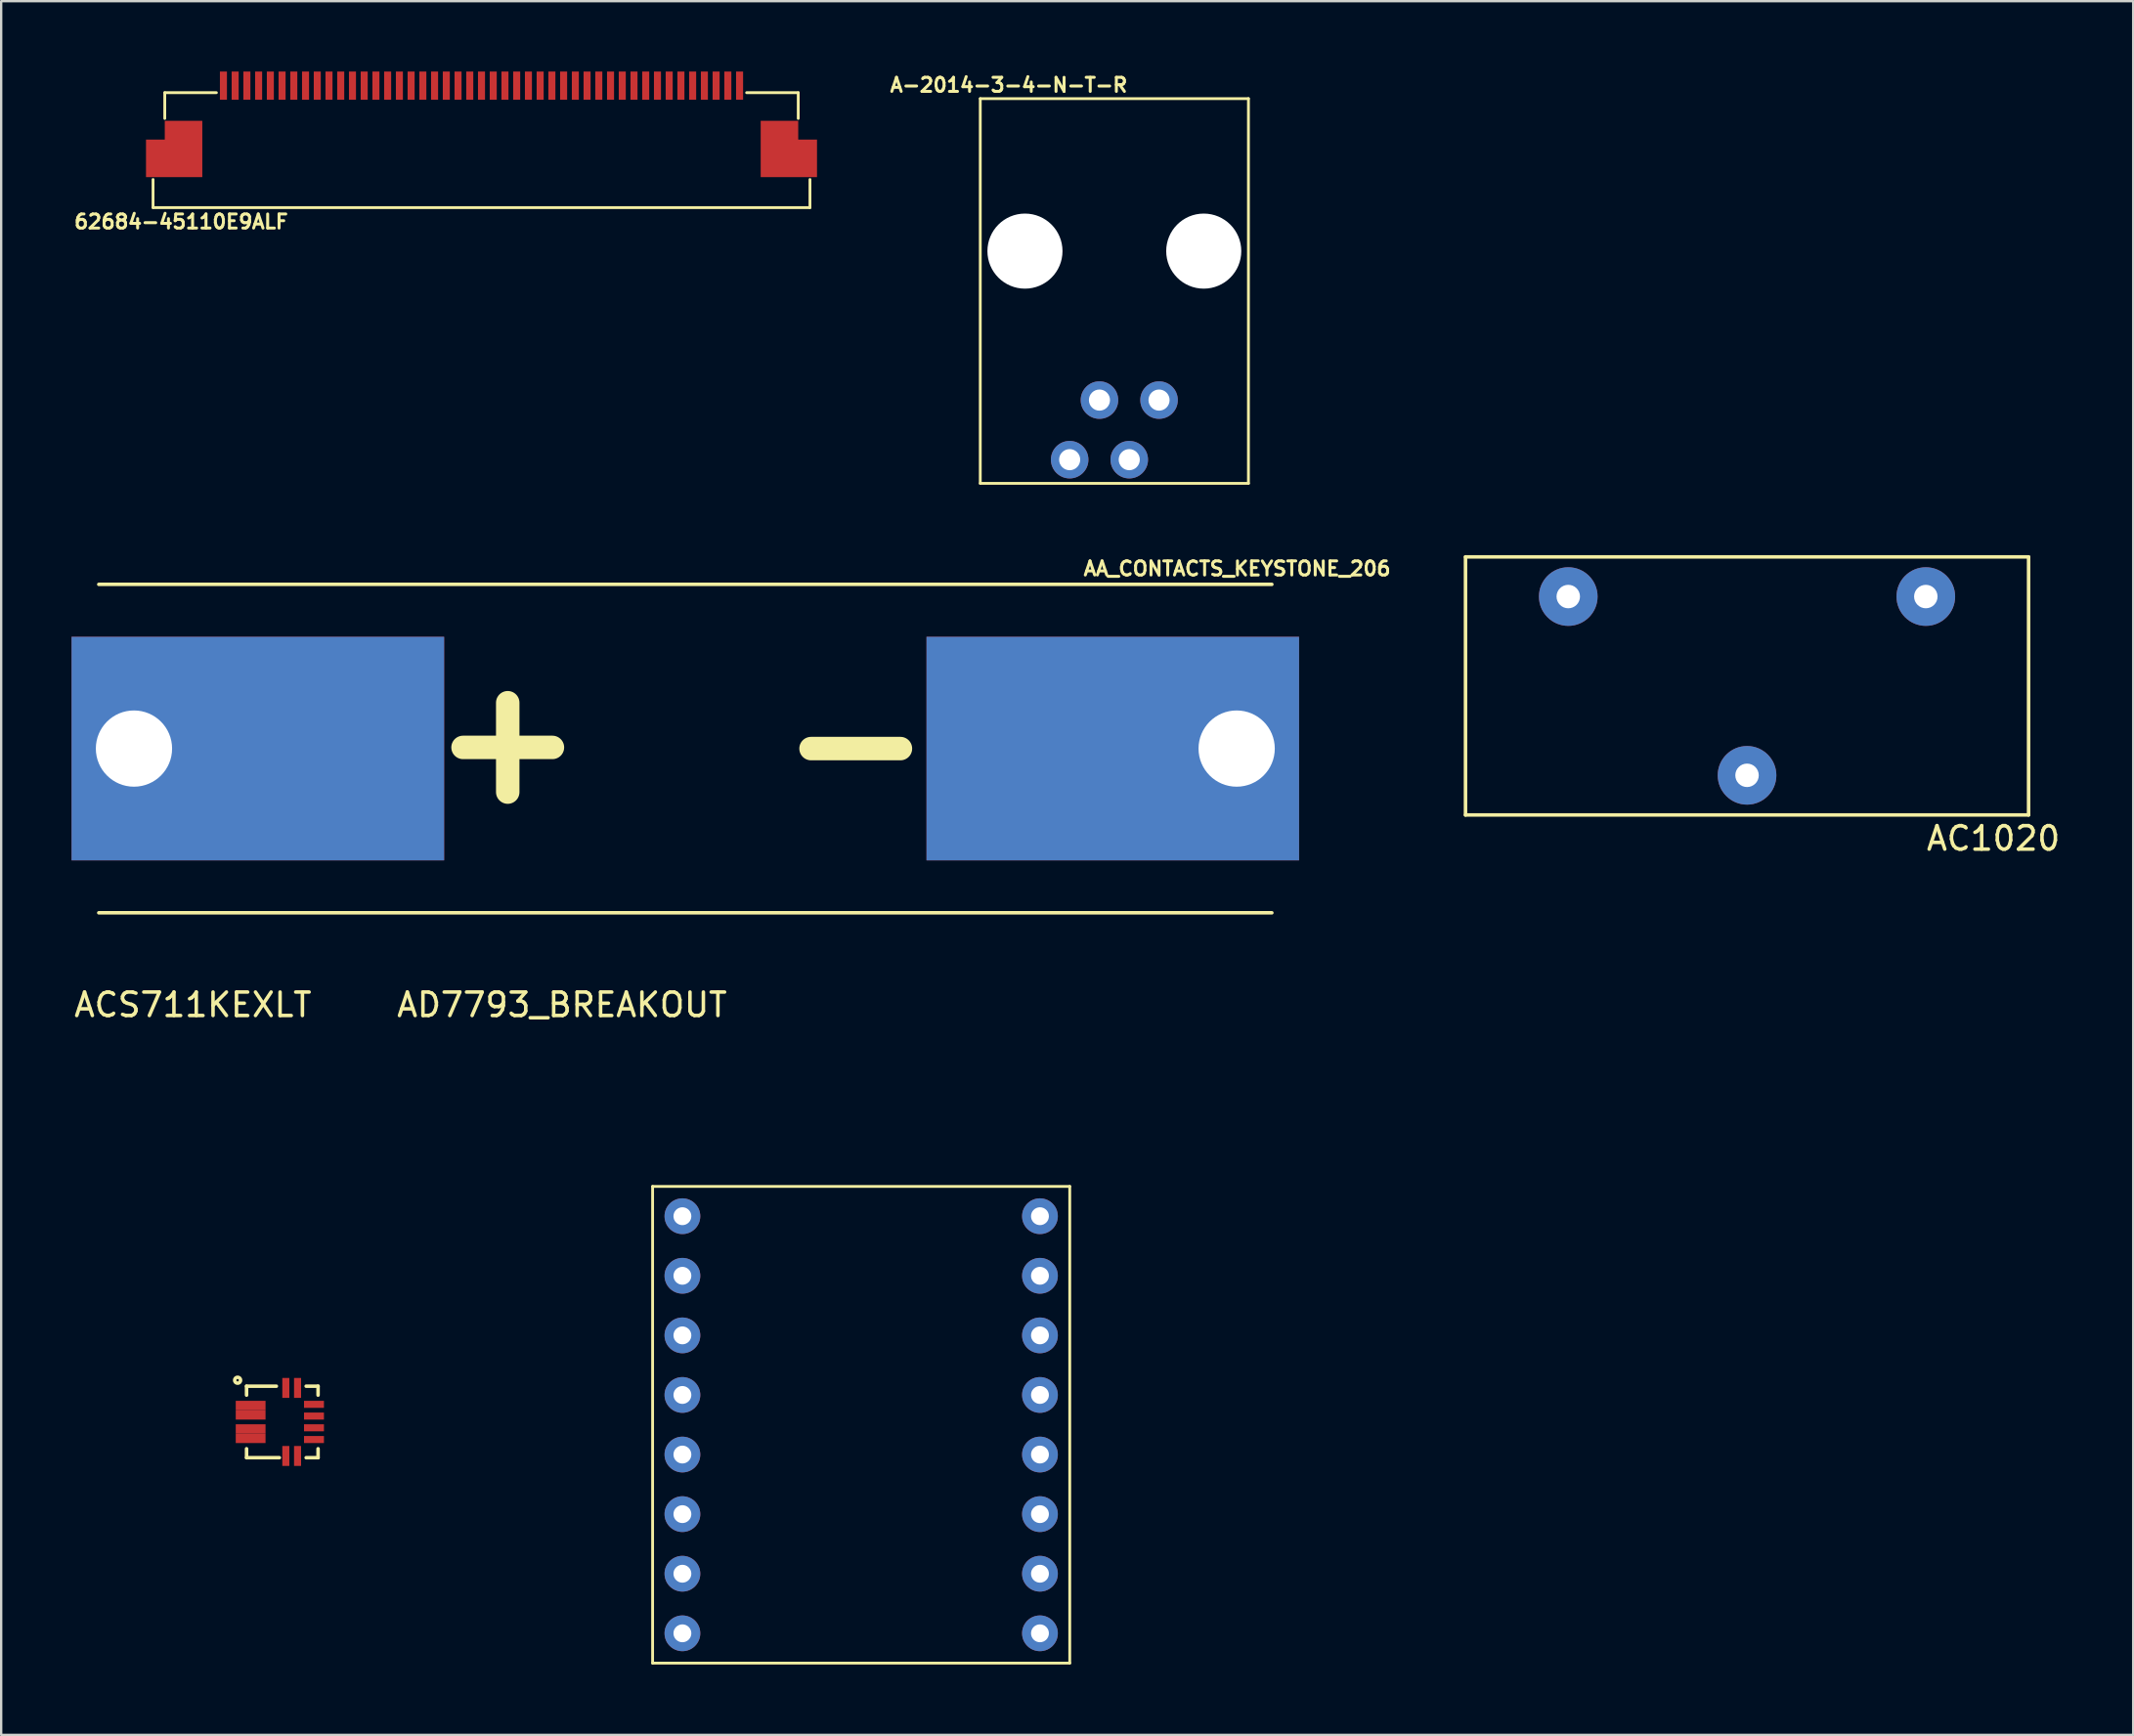
<source format=kicad_pcb>
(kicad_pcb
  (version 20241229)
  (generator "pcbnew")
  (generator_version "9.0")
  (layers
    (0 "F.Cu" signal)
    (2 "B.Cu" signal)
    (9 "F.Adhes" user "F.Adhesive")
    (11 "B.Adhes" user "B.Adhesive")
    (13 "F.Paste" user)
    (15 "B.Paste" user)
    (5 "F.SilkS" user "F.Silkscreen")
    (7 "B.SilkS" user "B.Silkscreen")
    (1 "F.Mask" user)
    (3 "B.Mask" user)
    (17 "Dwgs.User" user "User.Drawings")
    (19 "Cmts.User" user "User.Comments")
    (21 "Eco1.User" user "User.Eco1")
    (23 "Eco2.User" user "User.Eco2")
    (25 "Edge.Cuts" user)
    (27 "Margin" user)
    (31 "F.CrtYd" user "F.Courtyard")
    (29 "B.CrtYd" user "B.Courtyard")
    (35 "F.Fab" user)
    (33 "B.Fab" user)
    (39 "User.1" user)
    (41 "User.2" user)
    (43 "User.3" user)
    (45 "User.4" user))
  (footprint "62684-45110E9ALF"
    (layer "F.Cu")
    (at 17.473 3.3)
    (property "Reference" "62684-45110E9ALF" (at -12.8 3.1 0) (layer "F.SilkS") (effects (font (size 0.6 0.6) (thickness 0.127))))
    (attr through_hole)
    (fp_line (start -14 1.3) (end -14 2.5) (stroke (width 0.12) (type solid)) (layer "F.SilkS"))
    (fp_line (start -14 2.5) (end 14 2.5) (stroke (width 0.12) (type solid)) (layer "F.SilkS"))
    (fp_line (start -13.5 -2.4) (end -11.3 -2.4) (stroke (width 0.12) (type solid)) (layer "F.SilkS"))
    (fp_line (start -13.5 -1.3) (end -13.5 -2.4) (stroke (width 0.12) (type solid)) (layer "F.SilkS"))
    (fp_line (start 13.5 -2.4) (end 11.3 -2.4) (stroke (width 0.12) (type solid)) (layer "F.SilkS"))
    (fp_line (start 13.5 -1.3) (end 13.5 -2.4) (stroke (width 0.12) (type solid)) (layer "F.SilkS"))
    (fp_line (start 14 2.5) (end 14 1.3) (stroke (width 0.12) (type solid)) (layer "F.SilkS"))
    (pad "1" smd rect (at -11 -2.7) (size 0.3 1.2) (layers "F.Cu" "F.Mask" "F.Paste"))
    (pad "2" smd rect (at -10.5 -2.7) (size 0.3 1.2) (layers "F.Cu" "F.Mask" "F.Paste"))
    (pad "3" smd rect (at -10 -2.7) (size 0.3 1.2) (layers "F.Cu" "F.Mask" "F.Paste"))
    (pad "4" smd rect (at -9.5 -2.7) (size 0.3 1.2) (layers "F.Cu" "F.Mask" "F.Paste"))
    (pad "5" smd rect (at -9 -2.7) (size 0.3 1.2) (layers "F.Cu" "F.Mask" "F.Paste"))
    (pad "6" smd rect (at -8.5 -2.7) (size 0.3 1.2) (layers "F.Cu" "F.Mask" "F.Paste"))
    (pad "7" smd rect (at -8 -2.7) (size 0.3 1.2) (layers "F.Cu" "F.Mask" "F.Paste"))
    (pad "8" smd rect (at -7.5 -2.7) (size 0.3 1.2) (layers "F.Cu" "F.Mask" "F.Paste"))
    (pad "9" smd rect (at -7 -2.7) (size 0.3 1.2) (layers "F.Cu" "F.Mask" "F.Paste"))
    (pad "10" smd rect (at -6.5 -2.7) (size 0.3 1.2) (layers "F.Cu" "F.Mask" "F.Paste"))
    (pad "11" smd rect (at -6 -2.7) (size 0.3 1.2) (layers "F.Cu" "F.Mask" "F.Paste"))
    (pad "12" smd rect (at -5.5 -2.7) (size 0.3 1.2) (layers "F.Cu" "F.Mask" "F.Paste"))
    (pad "13" smd rect (at -5 -2.7) (size 0.3 1.2) (layers "F.Cu" "F.Mask" "F.Paste"))
    (pad "14" smd rect (at -4.5 -2.7) (size 0.3 1.2) (layers "F.Cu" "F.Mask" "F.Paste"))
    (pad "15" smd rect (at -4 -2.7) (size 0.3 1.2) (layers "F.Cu" "F.Mask" "F.Paste"))
    (pad "16" smd rect (at -3.5 -2.7) (size 0.3 1.2) (layers "F.Cu" "F.Mask" "F.Paste"))
    (pad "17" smd rect (at -3 -2.7) (size 0.3 1.2) (layers "F.Cu" "F.Mask" "F.Paste"))
    (pad "18" smd rect (at -2.5 -2.7) (size 0.3 1.2) (layers "F.Cu" "F.Mask" "F.Paste"))
    (pad "19" smd rect (at -2 -2.7) (size 0.3 1.2) (layers "F.Cu" "F.Mask" "F.Paste"))
    (pad "20" smd rect (at -1.5 -2.7) (size 0.3 1.2) (layers "F.Cu" "F.Mask" "F.Paste"))
    (pad "21" smd rect (at -1 -2.7) (size 0.3 1.2) (layers "F.Cu" "F.Mask" "F.Paste"))
    (pad "22" smd rect (at -0.5 -2.7) (size 0.3 1.2) (layers "F.Cu" "F.Mask" "F.Paste"))
    (pad "23" smd rect (at 0 -2.7) (size 0.3 1.2) (layers "F.Cu" "F.Mask" "F.Paste"))
    (pad "24" smd rect (at 0.5 -2.7) (size 0.3 1.2) (layers "F.Cu" "F.Mask" "F.Paste"))
    (pad "25" smd rect (at 1 -2.7) (size 0.3 1.2) (layers "F.Cu" "F.Mask" "F.Paste"))
    (pad "26" smd rect (at 1.5 -2.7) (size 0.3 1.2) (layers "F.Cu" "F.Mask" "F.Paste"))
    (pad "27" smd rect (at 2 -2.7) (size 0.3 1.2) (layers "F.Cu" "F.Mask" "F.Paste"))
    (pad "28" smd rect (at 2.5 -2.7) (size 0.3 1.2) (layers "F.Cu" "F.Mask" "F.Paste"))
    (pad "29" smd rect (at 3 -2.7) (size 0.3 1.2) (layers "F.Cu" "F.Mask" "F.Paste"))
    (pad "30" smd rect (at 3.5 -2.7) (size 0.3 1.2) (layers "F.Cu" "F.Mask" "F.Paste"))
    (pad "31" smd rect (at 4 -2.7) (size 0.3 1.2) (layers "F.Cu" "F.Mask" "F.Paste"))
    (pad "32" smd rect (at 4.5 -2.7) (size 0.3 1.2) (layers "F.Cu" "F.Mask" "F.Paste"))
    (pad "33" smd rect (at 5 -2.7) (size 0.3 1.2) (layers "F.Cu" "F.Mask" "F.Paste"))
    (pad "34" smd rect (at 5.5 -2.7) (size 0.3 1.2) (layers "F.Cu" "F.Mask" "F.Paste"))
    (pad "35" smd rect (at 6 -2.7) (size 0.3 1.2) (layers "F.Cu" "F.Mask" "F.Paste"))
    (pad "36" smd rect (at 6.5 -2.7) (size 0.3 1.2) (layers "F.Cu" "F.Mask" "F.Paste"))
    (pad "37" smd rect (at 7 -2.7) (size 0.3 1.2) (layers "F.Cu" "F.Mask" "F.Paste"))
    (pad "38" smd rect (at 7.5 -2.7) (size 0.3 1.2) (layers "F.Cu" "F.Mask" "F.Paste"))
    (pad "39" smd rect (at 8 -2.7) (size 0.3 1.2) (layers "F.Cu" "F.Mask" "F.Paste"))
    (pad "40" smd rect (at 8.5 -2.7) (size 0.3 1.2) (layers "F.Cu" "F.Mask" "F.Paste"))
    (pad "41" smd rect (at 9 -2.7) (size 0.3 1.2) (layers "F.Cu" "F.Mask" "F.Paste"))
    (pad "42" smd rect (at 9.5 -2.7) (size 0.3 1.2) (layers "F.Cu" "F.Mask" "F.Paste"))
    (pad "43" smd rect (at 10 -2.7) (size 0.3 1.2) (layers "F.Cu" "F.Mask" "F.Paste"))
    (pad "44" smd rect (at 10.5 -2.7) (size 0.3 1.2) (layers "F.Cu" "F.Mask" "F.Paste"))
    (pad "45" smd rect (at 11 -2.7) (size 0.3 1.2) (layers "F.Cu" "F.Mask" "F.Paste"))
    (pad "MP" smd custom (at -13.1 0.4) (size 2.4 1.6) (layers "F.Cu" "F.Mask" "F.Paste") (options (anchor rect)) (primitives (gr_poly (pts (xy -1.2 0.8) (xy -1.2 -0.8) (xy -0.4 -0.8) (xy -0.4 -1.6) (xy 1.2 -1.6) (xy 1.2 0.8)) (width 0) (fill yes))))
    (pad "MP" smd custom (at 13.1 0.4) (size 2.4 1.6) (layers "F.Cu" "F.Mask" "F.Paste") (options (anchor rect)) (primitives (gr_poly (pts (xy 1.2 0.8) (xy 1.2 -0.8) (xy 0.4 -0.8) (xy 0.4 -1.6) (xy -1.2 -1.6) (xy -1.2 0.8)) (width 0) (fill yes)))))
  (footprint "A-2014-3-4-N-T-R"
    (layer "F.Cu")
    (at 44.447 15.274)
    (property "Reference" "A-2014-3-4-N-T-R" (at -4.5 -14.7 0) (layer "F.SilkS") (effects (font (size 0.6 0.6) (thickness 0.127))))
    (attr through_hole)
    (fp_line (start -5.715 -14.12) (end 5.715 -14.12) (stroke (width 0.12) (type solid)) (layer "F.SilkS"))
    (fp_line (start -5.715 2.28) (end -5.715 -14.12) (stroke (width 0.12) (type solid)) (layer "F.SilkS"))
    (fp_line (start 5.715 -14.12) (end 5.715 2.28) (stroke (width 0.12) (type solid)) (layer "F.SilkS"))
    (fp_line (start 5.715 2.28) (end -5.715 2.28) (stroke (width 0.12) (type solid)) (layer "F.SilkS"))
    (pad "" np_thru_hole circle (at -3.81 -7.62) (size 3.2 3.2) (drill 3.2) (layers "*.Cu" "*.Mask"))
    (pad "" np_thru_hole circle (at 3.81 -7.62) (size 3.2 3.2) (drill 3.2) (layers "*.Cu" "*.Mask"))
    (pad "1" thru_hole circle (at 1.905 -1.27) (size 1.6 1.6) (drill 0.9) (layers "*.Cu" "*.Mask"))
    (pad "2" thru_hole circle (at 0.635 1.27) (size 1.6 1.6) (drill 0.9) (layers "*.Cu" "*.Mask"))
    (pad "3" thru_hole circle (at -0.635 -1.27) (size 1.6 1.6) (drill 0.9) (layers "*.Cu" "*.Mask"))
    (pad "4" thru_hole circle (at -1.905 1.27) (size 1.6 1.6) (drill 0.9) (layers "*.Cu" "*.Mask")))
  (footprint "AA_CONTACTS_KEYSTONE_206"
    (layer "F.Cu")
    (at 26.16 28.859)
    (property "Reference" "AA_CONTACTS_KEYSTONE_206" (at 23.52 -7.671 0) (layer "F.SilkS") (effects (font (size 0.6 0.6) (thickness 0.127))))
    (attr through_hole)
    (fp_line (start -25 -7) (end 25 -7) (stroke (width 0.15) (type solid)) (layer "F.SilkS"))
    (fp_line (start 25 7) (end -25 7) (stroke (width 0.15) (type solid)) (layer "F.SilkS"))
    (fp_text user "-" (at 7.264 -0.356 0) (layer "F.SilkS") (effects (font (size 5 5) (thickness 1))))
    (fp_text user "+" (at -7.569 -0.406 0) (layer "F.SilkS") (effects (font (size 5 5) (thickness 1))))
    (pad "1" thru_hole rect (at -23.5 0) (size 15.88 9.53) (drill 3.25 (offset 5.28 0)) (layers "F.Cu" "F.Mask" "F.Paste"))
    (pad "2" thru_hole rect (at 23.5 0 180) (size 15.88 9.53) (drill 3.25 (offset 5.28 0)) (layers "F.Cu" "F.Mask" "F.Paste")))
  (footprint "AC1020"
    (layer "F.Cu")
    (at 71.414 26.189)
    (property "Reference" "AC1020" (at 10.5 6.5 0) (layer "F.SilkS") (effects (font (size 1 1) (thickness 0.15))))
    (attr through_hole)
    (fp_line (start -12 -5.5) (end -12 5.5) (stroke (width 0.15) (type solid)) (layer "F.SilkS"))
    (fp_line (start -12 5.5) (end 12 5.5) (stroke (width 0.15) (type solid)) (layer "F.SilkS"))
    (fp_line (start 12 -5.5) (end -12 -5.5) (stroke (width 0.15) (type solid)) (layer "F.SilkS"))
    (fp_line (start 12 5.5) (end 12 -5.5) (stroke (width 0.15) (type solid)) (layer "F.SilkS"))
    (pad "1" thru_hole circle (at 7.62 -3.81) (size 2.5 2.5) (drill 1) (layers "*.Cu" "*.Mask"))
    (pad "2" thru_hole circle (at -7.62 -3.81) (size 2.5 2.5) (drill 1) (layers "*.Cu" "*.Mask"))
    (pad "3" thru_hole circle (at 0 3.81) (size 2.5 2.5) (drill 1) (layers "*.Cu" "*.Mask")))
  (footprint "ACS711KEXLT"
    (layer "F.Cu")
    (at 8.983 57.562)
    (property "Reference" "ACS711KEXLT" (at -3.81 -17.78 0) (layer "F.SilkS") (effects (font (size 1 1) (thickness 0.15))))
    (attr through_hole)
    (fp_line (start -1.524 -1.524) (end -0.254 -1.524) (stroke (width 0.15) (type solid)) (layer "F.SilkS"))
    (fp_line (start -1.524 -1.143) (end -1.524 -1.524) (stroke (width 0.15) (type solid)) (layer "F.SilkS"))
    (fp_line (start -1.524 1.524) (end -1.524 1.143) (stroke (width 0.15) (type solid)) (layer "F.SilkS"))
    (fp_line (start -0.127 1.524) (end -1.524 1.524) (stroke (width 0.15) (type solid)) (layer "F.SilkS"))
    (fp_line (start 1.524 -1.524) (end 1.016 -1.524) (stroke (width 0.15) (type solid)) (layer "F.SilkS"))
    (fp_line (start 1.524 -1.524) (end 1.524 -1.143) (stroke (width 0.15) (type solid)) (layer "F.SilkS"))
    (fp_line (start 1.524 1.524) (end 1.016 1.524) (stroke (width 0.15) (type solid)) (layer "F.SilkS"))
    (fp_line (start 1.524 1.524) (end 1.524 1.143) (stroke (width 0.15) (type solid)) (layer "F.SilkS"))
    (fp_circle (center -1.905 -1.778) (end -1.778 -1.778) (stroke (width 0.15) (type solid)) (fill no) (layer "F.SilkS"))
    (pad "1" smd rect (at -1.35 -0.7) (size 1.27 0.4) (layers "F.Cu" "F.Mask" "F.Paste"))
    (pad "2" smd rect (at -1.35 -0.3) (size 1.27 0.4) (layers "F.Cu" "F.Mask" "F.Paste"))
    (pad "3" smd rect (at -1.35 0.3) (size 1.27 0.4) (layers "F.Cu" "F.Mask" "F.Paste"))
    (pad "4" smd rect (at -1.35 0.7) (size 1.27 0.4) (layers "F.Cu" "F.Mask" "F.Paste"))
    (pad "5" smd rect (at 0.15 1.45 90) (size 0.85 0.3) (layers "F.Cu" "F.Mask" "F.Paste"))
    (pad "6" smd rect (at 0.65 1.45 90) (size 0.85 0.3) (layers "F.Cu" "F.Mask" "F.Paste"))
    (pad "7" smd rect (at 1.35 0.75 180) (size 0.85 0.3) (layers "F.Cu" "F.Mask" "F.Paste"))
    (pad "8" smd rect (at 1.35 0.25) (size 0.85 0.3) (layers "F.Cu" "F.Mask" "F.Paste"))
    (pad "9" smd rect (at 1.35 -0.25 180) (size 0.85 0.3) (layers "F.Cu" "F.Mask" "F.Paste"))
    (pad "10" smd rect (at 1.35 -0.75 180) (size 0.85 0.3) (layers "F.Cu" "F.Mask" "F.Paste"))
    (pad "11" smd rect (at 0.65 -1.45 90) (size 0.85 0.3) (layers "F.Cu" "F.Mask" "F.Paste"))
    (pad "12" smd rect (at 0.15 -1.45 90) (size 0.85 0.3) (layers "F.Cu" "F.Mask" "F.Paste")))
  (footprint "AD7793_BREAKOUT"
    (layer "F.Cu")
    (at 33.656 57.682)
    (property "Reference" "AD7793_BREAKOUT" (at -12.75 -17.9 0) (layer "F.SilkS") (effects (font (size 1 1) (thickness 0.15))))
    (attr through_hole)
    (fp_line (start -8.89 -10.16) (end 8.89 -10.16) (stroke (width 0.12) (type solid)) (layer "F.SilkS"))
    (fp_line (start -8.89 10.16) (end -8.89 -10.16) (stroke (width 0.12) (type solid)) (layer "F.SilkS"))
    (fp_line (start 8.89 -10.16) (end 8.89 10.16) (stroke (width 0.12) (type solid)) (layer "F.SilkS"))
    (fp_line (start 8.89 10.16) (end -8.89 10.16) (stroke (width 0.12) (type solid)) (layer "F.SilkS"))
    (pad "1" thru_hole circle (at -7.62 -8.89) (size 1.524 1.524) (drill 0.762) (layers "*.Cu" "*.Mask"))
    (pad "2" thru_hole circle (at -7.62 -6.35) (size 1.524 1.524) (drill 0.762) (layers "*.Cu" "*.Mask"))
    (pad "3" thru_hole circle (at -7.62 -3.81) (size 1.524 1.524) (drill 0.762) (layers "*.Cu" "*.Mask"))
    (pad "4" thru_hole circle (at -7.62 -1.27) (size 1.524 1.524) (drill 0.762) (layers "*.Cu" "*.Mask"))
    (pad "5" thru_hole circle (at -7.62 1.27) (size 1.524 1.524) (drill 0.762) (layers "*.Cu" "*.Mask"))
    (pad "6" thru_hole circle (at -7.62 3.81) (size 1.524 1.524) (drill 0.762) (layers "*.Cu" "*.Mask"))
    (pad "7" thru_hole circle (at -7.62 6.35) (size 1.524 1.524) (drill 0.762) (layers "*.Cu" "*.Mask"))
    (pad "8" thru_hole circle (at -7.62 8.89) (size 1.524 1.524) (drill 0.762) (layers "*.Cu" "*.Mask"))
    (pad "9" thru_hole circle (at 7.62 8.89) (size 1.524 1.524) (drill 0.762) (layers "*.Cu" "*.Mask"))
    (pad "10" thru_hole circle (at 7.62 6.35) (size 1.524 1.524) (drill 0.762) (layers "*.Cu" "*.Mask"))
    (pad "11" thru_hole circle (at 7.62 3.81) (size 1.524 1.524) (drill 0.762) (layers "*.Cu" "*.Mask"))
    (pad "12" thru_hole circle (at 7.62 1.27) (size 1.524 1.524) (drill 0.762) (layers "*.Cu" "*.Mask"))
    (pad "13" thru_hole circle (at 7.62 -1.27) (size 1.524 1.524) (drill 0.762) (layers "*.Cu" "*.Mask"))
    (pad "14" thru_hole circle (at 7.62 -3.81) (size 1.524 1.524) (drill 0.762) (layers "*.Cu" "*.Mask"))
    (pad "15" thru_hole circle (at 7.62 -6.35) (size 1.524 1.524) (drill 0.762) (layers "*.Cu" "*.Mask"))
    (pad "16" thru_hole circle (at 7.62 -8.89) (size 1.524 1.524) (drill 0.762) (layers "*.Cu" "*.Mask")))
  (gr_rect
    (start -3 -3)
    (end 87.873 70.902)
    (stroke (width 0.1) (type default))
    (fill no)
    (layer "Edge.Cuts")))
</source>
